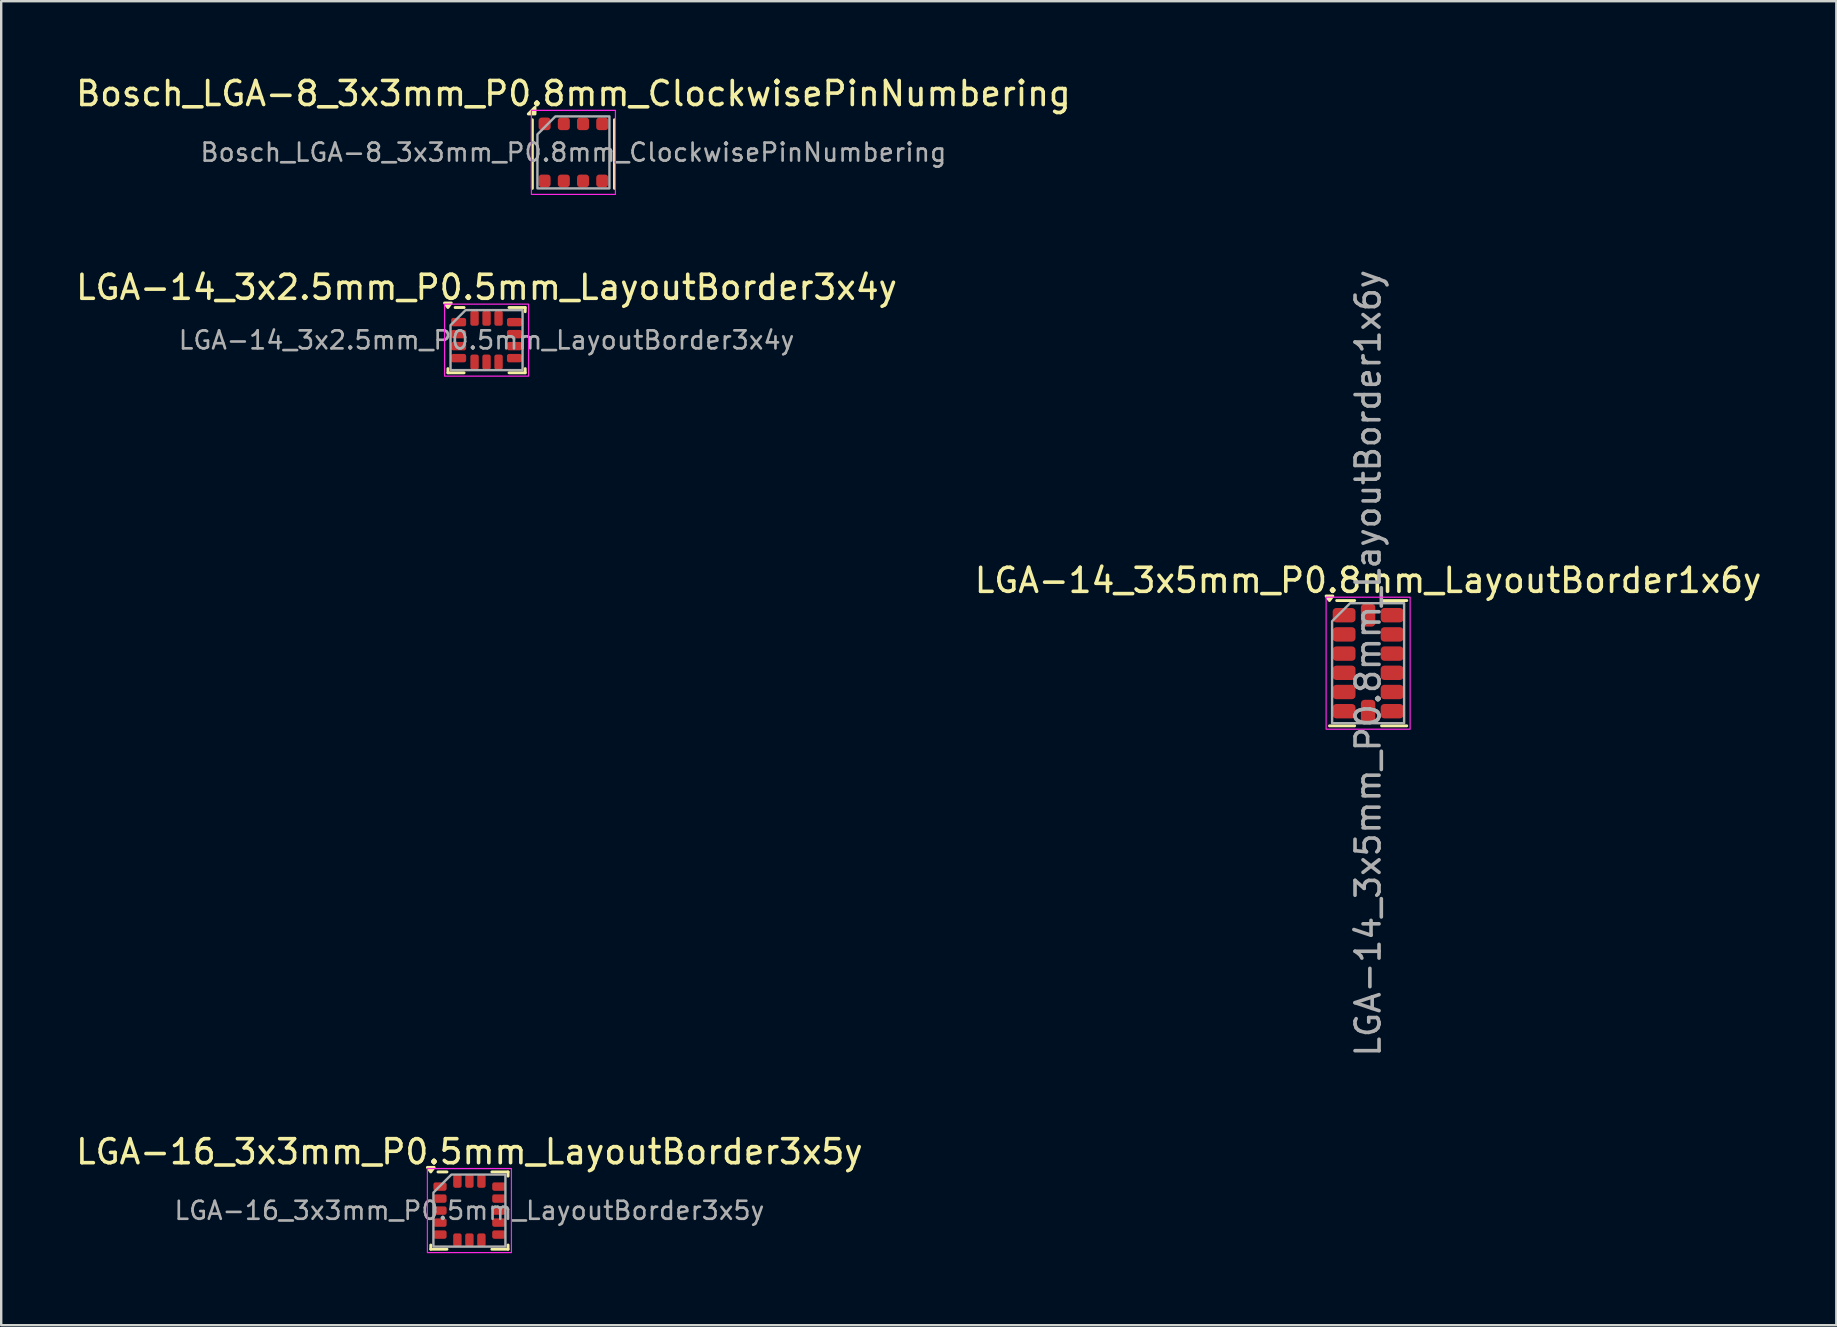
<source format=kicad_pcb>
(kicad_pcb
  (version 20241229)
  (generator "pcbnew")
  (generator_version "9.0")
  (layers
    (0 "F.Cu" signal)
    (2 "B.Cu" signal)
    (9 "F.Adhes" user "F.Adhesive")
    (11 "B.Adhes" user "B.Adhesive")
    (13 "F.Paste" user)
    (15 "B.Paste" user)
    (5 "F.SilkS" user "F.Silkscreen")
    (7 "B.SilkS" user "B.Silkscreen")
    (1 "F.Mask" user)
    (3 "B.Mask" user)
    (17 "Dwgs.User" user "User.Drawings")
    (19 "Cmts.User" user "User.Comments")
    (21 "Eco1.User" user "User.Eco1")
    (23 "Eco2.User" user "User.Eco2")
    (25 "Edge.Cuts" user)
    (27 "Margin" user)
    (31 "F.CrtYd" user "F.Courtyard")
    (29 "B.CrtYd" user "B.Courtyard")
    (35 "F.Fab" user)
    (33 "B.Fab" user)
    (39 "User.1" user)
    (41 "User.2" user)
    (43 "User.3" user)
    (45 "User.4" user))
  (footprint "LGA-14_3x2.5mm_P0.5mm_LayoutBorder3x4y"
    (layer "F.Cu")
    (at 17.22 11.121)
    (property "Reference" "LGA-14_3x2.5mm_P0.5mm_LayoutBorder3x4y" (at 0 -2.2 0) (layer "F.SilkS") (effects (font (size 1 1) (thickness 0.15))))
    (attr smd)
    (fp_line (start -1.61 1.36) (end -1.61 1.185) (stroke (width 0.12) (type solid)) (layer "F.SilkS"))
    (fp_line (start -0.935 -1.36) (end -1.31 -1.36) (stroke (width 0.12) (type solid)) (layer "F.SilkS"))
    (fp_line (start -0.935 1.36) (end -1.61 1.36) (stroke (width 0.12) (type solid)) (layer "F.SilkS"))
    (fp_line (start 0.935 -1.36) (end 1.61 -1.36) (stroke (width 0.12) (type solid)) (layer "F.SilkS"))
    (fp_line (start 0.935 1.36) (end 1.61 1.36) (stroke (width 0.12) (type solid)) (layer "F.SilkS"))
    (fp_line (start 1.61 -1.36) (end 1.61 -1.185) (stroke (width 0.12) (type solid)) (layer "F.SilkS"))
    (fp_line (start 1.61 1.36) (end 1.61 1.185) (stroke (width 0.12) (type solid)) (layer "F.SilkS"))
    (fp_poly (pts (xy -1.61 -1.36) (xy -1.75 -1.55) (xy -1.47 -1.55)) (stroke (width 0.12) (type solid)) (fill yes) (layer "F.SilkS"))
    (fp_rect (start 1.75 1.5) (end -1.75 -1.5) (stroke (width 0.05) (type solid)) (fill no) (layer "F.CrtYd"))
    (fp_poly (pts (xy -1.5 -0.625) (xy -1.5 1.25) (xy 1.5 1.25) (xy 1.5 -1.25) (xy -0.875 -1.25)) (stroke (width 0.1) (type solid)) (fill no) (layer "F.Fab"))
    (fp_text user "${REFERENCE}" (at 0 0 0) (layer "F.Fab") (effects (font (size 0.75 0.75) (thickness 0.11))))
    (pad "1" smd roundrect (at -1.163 -0.75) (size 0.625 0.35) (layers "F.Cu" "F.Mask" "F.Paste") (roundrect_rratio 0.25))
    (pad "2" smd roundrect (at -1.163 -0.25) (size 0.625 0.35) (layers "F.Cu" "F.Mask" "F.Paste") (roundrect_rratio 0.25))
    (pad "3" smd roundrect (at -1.163 0.25) (size 0.625 0.35) (layers "F.Cu" "F.Mask" "F.Paste") (roundrect_rratio 0.25))
    (pad "4" smd roundrect (at -1.163 0.75) (size 0.625 0.35) (layers "F.Cu" "F.Mask" "F.Paste") (roundrect_rratio 0.25))
    (pad "5" smd roundrect (at -0.5 0.912) (size 0.35 0.625) (layers "F.Cu" "F.Mask" "F.Paste") (roundrect_rratio 0.25))
    (pad "6" smd roundrect (at 0 0.912) (size 0.35 0.625) (layers "F.Cu" "F.Mask" "F.Paste") (roundrect_rratio 0.25))
    (pad "7" smd roundrect (at 0.5 0.912) (size 0.35 0.625) (layers "F.Cu" "F.Mask" "F.Paste") (roundrect_rratio 0.25))
    (pad "8" smd roundrect (at 1.163 0.75) (size 0.625 0.35) (layers "F.Cu" "F.Mask" "F.Paste") (roundrect_rratio 0.25))
    (pad "9" smd roundrect (at 1.163 0.25) (size 0.625 0.35) (layers "F.Cu" "F.Mask" "F.Paste") (roundrect_rratio 0.25))
    (pad "10" smd roundrect (at 1.163 -0.25) (size 0.625 0.35) (layers "F.Cu" "F.Mask" "F.Paste") (roundrect_rratio 0.25))
    (pad "11" smd roundrect (at 1.163 -0.75) (size 0.625 0.35) (layers "F.Cu" "F.Mask" "F.Paste") (roundrect_rratio 0.25))
    (pad "12" smd roundrect (at 0.5 -0.912) (size 0.35 0.625) (layers "F.Cu" "F.Mask" "F.Paste") (roundrect_rratio 0.25))
    (pad "13" smd roundrect (at 0 -0.912) (size 0.35 0.625) (layers "F.Cu" "F.Mask" "F.Paste") (roundrect_rratio 0.25))
    (pad "14" smd roundrect (at -0.5 -0.912) (size 0.35 0.625) (layers "F.Cu" "F.Mask" "F.Paste") (roundrect_rratio 0.25)))
  (footprint "LGA-14_3x5mm_P0.8mm_LayoutBorder1x6y"
    (layer "F.Cu")
    (at 53.946 24.579)
    (property "Reference" "LGA-14_3x5mm_P0.8mm_LayoutBorder1x6y" (at 0 -3.45 0) (layer "F.SilkS") (effects (font (size 1 1) (thickness 0.15))))
    (attr smd)
    (fp_line (start -0.56 -2.61) (end -1.31 -2.61) (stroke (width 0.12) (type solid)) (layer "F.SilkS"))
    (fp_line (start -0.56 2.61) (end -1.61 2.61) (stroke (width 0.12) (type solid)) (layer "F.SilkS"))
    (fp_line (start 0.56 -2.61) (end 1.61 -2.61) (stroke (width 0.12) (type solid)) (layer "F.SilkS"))
    (fp_line (start 0.56 2.61) (end 1.61 2.61) (stroke (width 0.12) (type solid)) (layer "F.SilkS"))
    (fp_poly (pts (xy -1.61 -2.61) (xy -1.75 -2.8) (xy -1.47 -2.8)) (stroke (width 0.12) (type solid)) (fill yes) (layer "F.SilkS"))
    (fp_rect (start 1.75 2.75) (end -1.75 -2.75) (stroke (width 0.05) (type solid)) (fill no) (layer "F.CrtYd"))
    (fp_poly (pts (xy -1.5 -1.75) (xy -1.5 2.5) (xy 1.5 2.5) (xy 1.5 -2.5) (xy -0.75 -2.5)) (stroke (width 0.1) (type solid)) (fill no) (layer "F.Fab"))
    (fp_text user "${REFERENCE}" (at 0 0 90) (layer "F.Fab") (effects (font (size 1 1) (thickness 0.15))))
    (pad "1" smd roundrect (at -1 -2) (size 0.95 0.6) (layers "F.Cu" "F.Mask" "F.Paste") (roundrect_rratio 0.25))
    (pad "2" smd roundrect (at -1 -1.2) (size 0.95 0.6) (layers "F.Cu" "F.Mask" "F.Paste") (roundrect_rratio 0.25))
    (pad "3" smd roundrect (at -1 -0.4) (size 0.95 0.6) (layers "F.Cu" "F.Mask" "F.Paste") (roundrect_rratio 0.25))
    (pad "4" smd roundrect (at -1 0.4) (size 0.95 0.6) (layers "F.Cu" "F.Mask" "F.Paste") (roundrect_rratio 0.25))
    (pad "5" smd roundrect (at -1 1.2) (size 0.95 0.6) (layers "F.Cu" "F.Mask" "F.Paste") (roundrect_rratio 0.25))
    (pad "6" smd roundrect (at -1 2) (size 0.95 0.6) (layers "F.Cu" "F.Mask" "F.Paste") (roundrect_rratio 0.25))
    (pad "7" smd roundrect (at 0 2) (size 0.6 0.95) (layers "F.Cu" "F.Mask" "F.Paste") (roundrect_rratio 0.25))
    (pad "8" smd roundrect (at 1 2) (size 0.95 0.6) (layers "F.Cu" "F.Mask" "F.Paste") (roundrect_rratio 0.25))
    (pad "9" smd roundrect (at 1 1.2) (size 0.95 0.6) (layers "F.Cu" "F.Mask" "F.Paste") (roundrect_rratio 0.25))
    (pad "10" smd roundrect (at 1 0.4) (size 0.95 0.6) (layers "F.Cu" "F.Mask" "F.Paste") (roundrect_rratio 0.25))
    (pad "11" smd roundrect (at 1 -0.4) (size 0.95 0.6) (layers "F.Cu" "F.Mask" "F.Paste") (roundrect_rratio 0.25))
    (pad "12" smd roundrect (at 1 -1.2) (size 0.95 0.6) (layers "F.Cu" "F.Mask" "F.Paste") (roundrect_rratio 0.25))
    (pad "13" smd roundrect (at 1 -2) (size 0.95 0.6) (layers "F.Cu" "F.Mask" "F.Paste") (roundrect_rratio 0.25))
    (pad "14" smd roundrect (at 0 -2) (size 0.6 0.95) (layers "F.Cu" "F.Mask" "F.Paste") (roundrect_rratio 0.25)))
  (footprint "LGA-16_3x3mm_P0.5mm_LayoutBorder3x5y"
    (layer "F.Cu")
    (at 16.506 47.383)
    (property "Reference" "LGA-16_3x3mm_P0.5mm_LayoutBorder3x5y" (at 0 -2.45 0) (layer "F.SilkS") (effects (font (size 1 1) (thickness 0.15))))
    (attr smd)
    (fp_line (start -1.61 1.61) (end -1.61 1.435) (stroke (width 0.12) (type solid)) (layer "F.SilkS"))
    (fp_line (start -0.935 -1.61) (end -1.31 -1.61) (stroke (width 0.12) (type solid)) (layer "F.SilkS"))
    (fp_line (start -0.935 1.61) (end -1.61 1.61) (stroke (width 0.12) (type solid)) (layer "F.SilkS"))
    (fp_line (start 0.935 -1.61) (end 1.61 -1.61) (stroke (width 0.12) (type solid)) (layer "F.SilkS"))
    (fp_line (start 0.935 1.61) (end 1.61 1.61) (stroke (width 0.12) (type solid)) (layer "F.SilkS"))
    (fp_line (start 1.61 -1.61) (end 1.61 -1.435) (stroke (width 0.12) (type solid)) (layer "F.SilkS"))
    (fp_line (start 1.61 1.61) (end 1.61 1.435) (stroke (width 0.12) (type solid)) (layer "F.SilkS"))
    (fp_poly (pts (xy -1.61 -1.61) (xy -1.75 -1.8) (xy -1.47 -1.8)) (stroke (width 0.12) (type solid)) (fill yes) (layer "F.SilkS"))
    (fp_rect (start 1.75 1.75) (end -1.75 -1.75) (stroke (width 0.05) (type solid)) (fill no) (layer "F.CrtYd"))
    (fp_poly (pts (xy -1.5 -0.75) (xy -1.5 1.5) (xy 1.5 1.5) (xy 1.5 -1.5) (xy -0.75 -1.5)) (stroke (width 0.1) (type solid)) (fill no) (layer "F.Fab"))
    (fp_text user "${REFERENCE}" (at 0 0 0) (layer "F.Fab") (effects (font (size 0.75 0.75) (thickness 0.11))))
    (pad "1" smd roundrect (at -1.225 -1) (size 0.55 0.35) (layers "F.Cu" "F.Mask" "F.Paste") (roundrect_rratio 0.25))
    (pad "2" smd roundrect (at -1.225 -0.5) (size 0.55 0.35) (layers "F.Cu" "F.Mask" "F.Paste") (roundrect_rratio 0.25))
    (pad "3" smd roundrect (at -1.225 0) (size 0.55 0.35) (layers "F.Cu" "F.Mask" "F.Paste") (roundrect_rratio 0.25))
    (pad "4" smd roundrect (at -1.225 0.5) (size 0.55 0.35) (layers "F.Cu" "F.Mask" "F.Paste") (roundrect_rratio 0.25))
    (pad "5" smd roundrect (at -1.225 1) (size 0.55 0.35) (layers "F.Cu" "F.Mask" "F.Paste") (roundrect_rratio 0.25))
    (pad "6" smd roundrect (at -0.5 1.225) (size 0.35 0.55) (layers "F.Cu" "F.Mask" "F.Paste") (roundrect_rratio 0.25))
    (pad "7" smd roundrect (at 0 1.225) (size 0.35 0.55) (layers "F.Cu" "F.Mask" "F.Paste") (roundrect_rratio 0.25))
    (pad "8" smd roundrect (at 0.5 1.225) (size 0.35 0.55) (layers "F.Cu" "F.Mask" "F.Paste") (roundrect_rratio 0.25))
    (pad "9" smd roundrect (at 1.225 1) (size 0.55 0.35) (layers "F.Cu" "F.Mask" "F.Paste") (roundrect_rratio 0.25))
    (pad "10" smd roundrect (at 1.225 0.5) (size 0.55 0.35) (layers "F.Cu" "F.Mask" "F.Paste") (roundrect_rratio 0.25))
    (pad "11" smd roundrect (at 1.225 0) (size 0.55 0.35) (layers "F.Cu" "F.Mask" "F.Paste") (roundrect_rratio 0.25))
    (pad "12" smd roundrect (at 1.225 -0.5) (size 0.55 0.35) (layers "F.Cu" "F.Mask" "F.Paste") (roundrect_rratio 0.25))
    (pad "13" smd roundrect (at 1.225 -1) (size 0.55 0.35) (layers "F.Cu" "F.Mask" "F.Paste") (roundrect_rratio 0.25))
    (pad "14" smd roundrect (at 0.5 -1.225) (size 0.35 0.55) (layers "F.Cu" "F.Mask" "F.Paste") (roundrect_rratio 0.25))
    (pad "15" smd roundrect (at 0 -1.225) (size 0.35 0.55) (layers "F.Cu" "F.Mask" "F.Paste") (roundrect_rratio 0.25))
    (pad "16" smd roundrect (at -0.5 -1.225) (size 0.35 0.55) (layers "F.Cu" "F.Mask" "F.Paste") (roundrect_rratio 0.25)))
  (footprint "Bosch_LGA-8_3x3mm_P0.8mm_ClockwisePinNumbering"
    (layer "F.Cu")
    (at 20.839 3.298)
    (property "Reference" "Bosch_LGA-8_3x3mm_P0.8mm_ClockwisePinNumbering" (at 0 -2.45 0) (layer "F.SilkS") (effects (font (size 1 1) (thickness 0.15))))
    (attr smd)
    (fp_line (start -1.71 -1.36) (end -1.71 1.5) (stroke (width 0.12) (type solid)) (layer "F.SilkS"))
    (fp_line (start 1.71 -1.36) (end 1.71 1.5) (stroke (width 0.12) (type solid)) (layer "F.SilkS"))
    (fp_poly (pts (xy -1.6 -1.6) (xy -1.88 -1.6) (xy -1.6 -1.88)) (stroke (width 0.12) (type solid)) (fill yes) (layer "F.SilkS"))
    (fp_rect (start 1.75 1.75) (end -1.75 -1.75) (stroke (width 0.05) (type solid)) (fill no) (layer "F.CrtYd"))
    (fp_poly (pts (xy -1.5 -0.75) (xy -1.5 1.5) (xy 1.5 1.5) (xy 1.5 -1.5) (xy -0.75 -1.5)) (stroke (width 0.1) (type solid)) (fill no) (layer "F.Fab"))
    (fp_text user "${REFERENCE}" (at 0 0 0) (layer "F.Fab") (effects (font (size 0.75 0.75) (thickness 0.11))))
    (pad "1" smd roundrect (at -1.2 -1.188) (size 0.5 0.525) (layers "F.Cu" "F.Mask" "F.Paste") (roundrect_rratio 0.25))
    (pad "2" smd roundrect (at -0.4 -1.188) (size 0.5 0.525) (layers "F.Cu" "F.Mask" "F.Paste") (roundrect_rratio 0.25))
    (pad "3" smd roundrect (at 0.4 -1.188) (size 0.5 0.525) (layers "F.Cu" "F.Mask" "F.Paste") (roundrect_rratio 0.25))
    (pad "4" smd roundrect (at 1.2 -1.188) (size 0.5 0.525) (layers "F.Cu" "F.Mask" "F.Paste") (roundrect_rratio 0.25))
    (pad "5" smd roundrect (at 1.2 1.188) (size 0.5 0.525) (layers "F.Cu" "F.Mask" "F.Paste") (roundrect_rratio 0.25))
    (pad "6" smd roundrect (at 0.4 1.188) (size 0.5 0.525) (layers "F.Cu" "F.Mask" "F.Paste") (roundrect_rratio 0.25))
    (pad "7" smd roundrect (at -0.4 1.188) (size 0.5 0.525) (layers "F.Cu" "F.Mask" "F.Paste") (roundrect_rratio 0.25))
    (pad "8" smd roundrect (at -1.2 1.188) (size 0.5 0.525) (layers "F.Cu" "F.Mask" "F.Paste") (roundrect_rratio 0.25)))
  (gr_rect
    (start -3 -3)
    (end 73.452 52.158)
    (stroke (width 0.1) (type default))
    (fill no)
    (layer "Edge.Cuts")))
</source>
